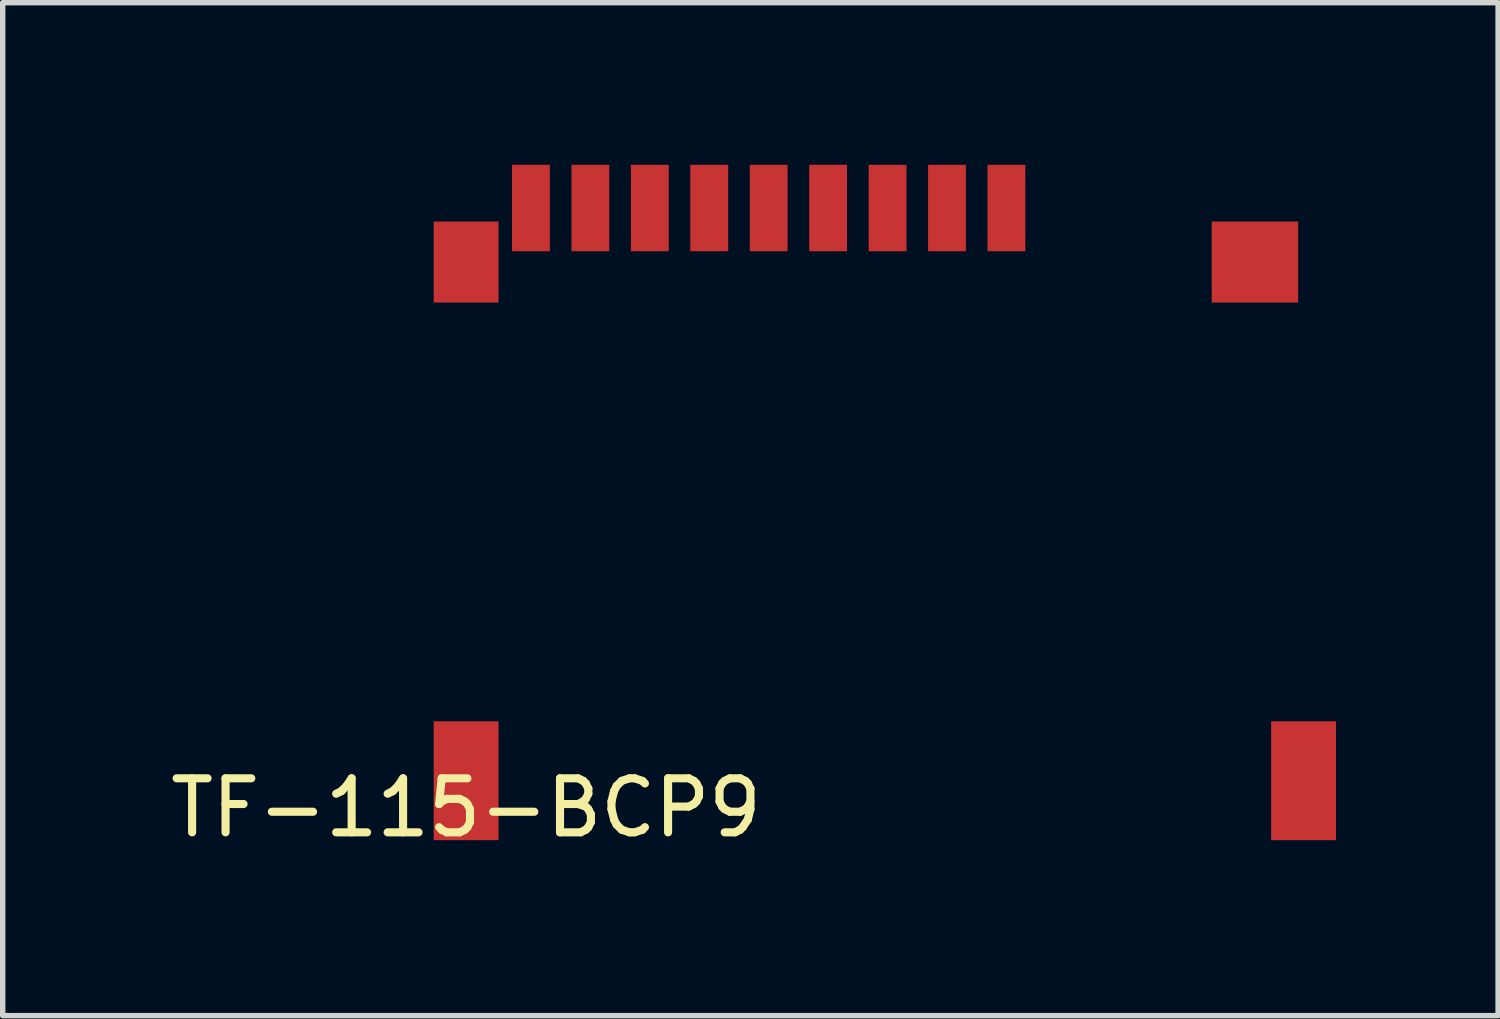
<source format=kicad_pcb>
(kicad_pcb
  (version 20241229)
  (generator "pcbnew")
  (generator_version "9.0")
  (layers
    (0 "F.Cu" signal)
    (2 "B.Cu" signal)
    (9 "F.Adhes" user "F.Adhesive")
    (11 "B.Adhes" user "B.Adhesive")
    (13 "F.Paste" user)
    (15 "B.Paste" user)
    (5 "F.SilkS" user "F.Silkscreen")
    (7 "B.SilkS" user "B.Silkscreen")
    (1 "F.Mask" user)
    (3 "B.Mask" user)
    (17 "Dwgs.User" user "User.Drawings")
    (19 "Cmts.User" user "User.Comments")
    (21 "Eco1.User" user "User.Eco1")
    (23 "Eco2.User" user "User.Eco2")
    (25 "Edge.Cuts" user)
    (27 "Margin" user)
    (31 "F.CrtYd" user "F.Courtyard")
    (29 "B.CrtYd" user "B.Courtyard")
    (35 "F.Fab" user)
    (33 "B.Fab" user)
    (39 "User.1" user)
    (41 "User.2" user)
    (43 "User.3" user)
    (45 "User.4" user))
  (footprint "TF-115-BCP9"
    (layer "F.Cu")
    (at 5.577 11.4)
    (property "Reference" "TF-115-BCP9" (at 0 0.5 0) (layer "F.SilkS") (effects (font (size 1 1) (thickness 0.15))))
    (attr through_hole)
    (pad "1" smd rect (at 10 -10.6) (size 0.7 1.6) (layers "F.Cu" "F.Mask" "F.Paste"))
    (pad "2" smd rect (at 8.9 -10.6) (size 0.7 1.6) (layers "F.Cu" "F.Mask" "F.Paste"))
    (pad "3" smd rect (at 7.8 -10.6) (size 0.7 1.6) (layers "F.Cu" "F.Mask" "F.Paste"))
    (pad "4" smd rect (at 6.7 -10.6) (size 0.7 1.6) (layers "F.Cu" "F.Mask" "F.Paste"))
    (pad "5" smd rect (at 5.6 -10.6) (size 0.7 1.6) (layers "F.Cu" "F.Mask" "F.Paste"))
    (pad "6" smd rect (at 4.5 -10.6) (size 0.7 1.6) (layers "F.Cu" "F.Mask" "F.Paste"))
    (pad "7" smd rect (at 3.4 -10.6) (size 0.7 1.6) (layers "F.Cu" "F.Mask" "F.Paste"))
    (pad "8" smd rect (at 2.3 -10.6) (size 0.7 1.6) (layers "F.Cu" "F.Mask" "F.Paste"))
    (pad "9" smd rect (at 1.2 -10.6) (size 0.7 1.6) (layers "F.Cu" "F.Mask" "F.Paste"))
    (pad "10" smd rect (at 0 -9.6) (size 1.2 1.5) (layers "F.Cu" "F.Mask" "F.Paste"))
    (pad "10" smd rect (at 0 0) (size 1.2 2.2) (layers "F.Cu" "F.Mask" "F.Paste"))
    (pad "10" smd rect (at 14.6 -9.6) (size 1.6 1.5) (layers "F.Cu" "F.Mask" "F.Paste"))
    (pad "10" smd rect (at 15.5 0) (size 1.2 2.2) (layers "F.Cu" "F.Mask" "F.Paste")))
  (gr_rect
    (start -3 -3)
    (end 24.677 15.748)
    (stroke (width 0.1) (type default))
    (fill no)
    (layer "Edge.Cuts")))
</source>
